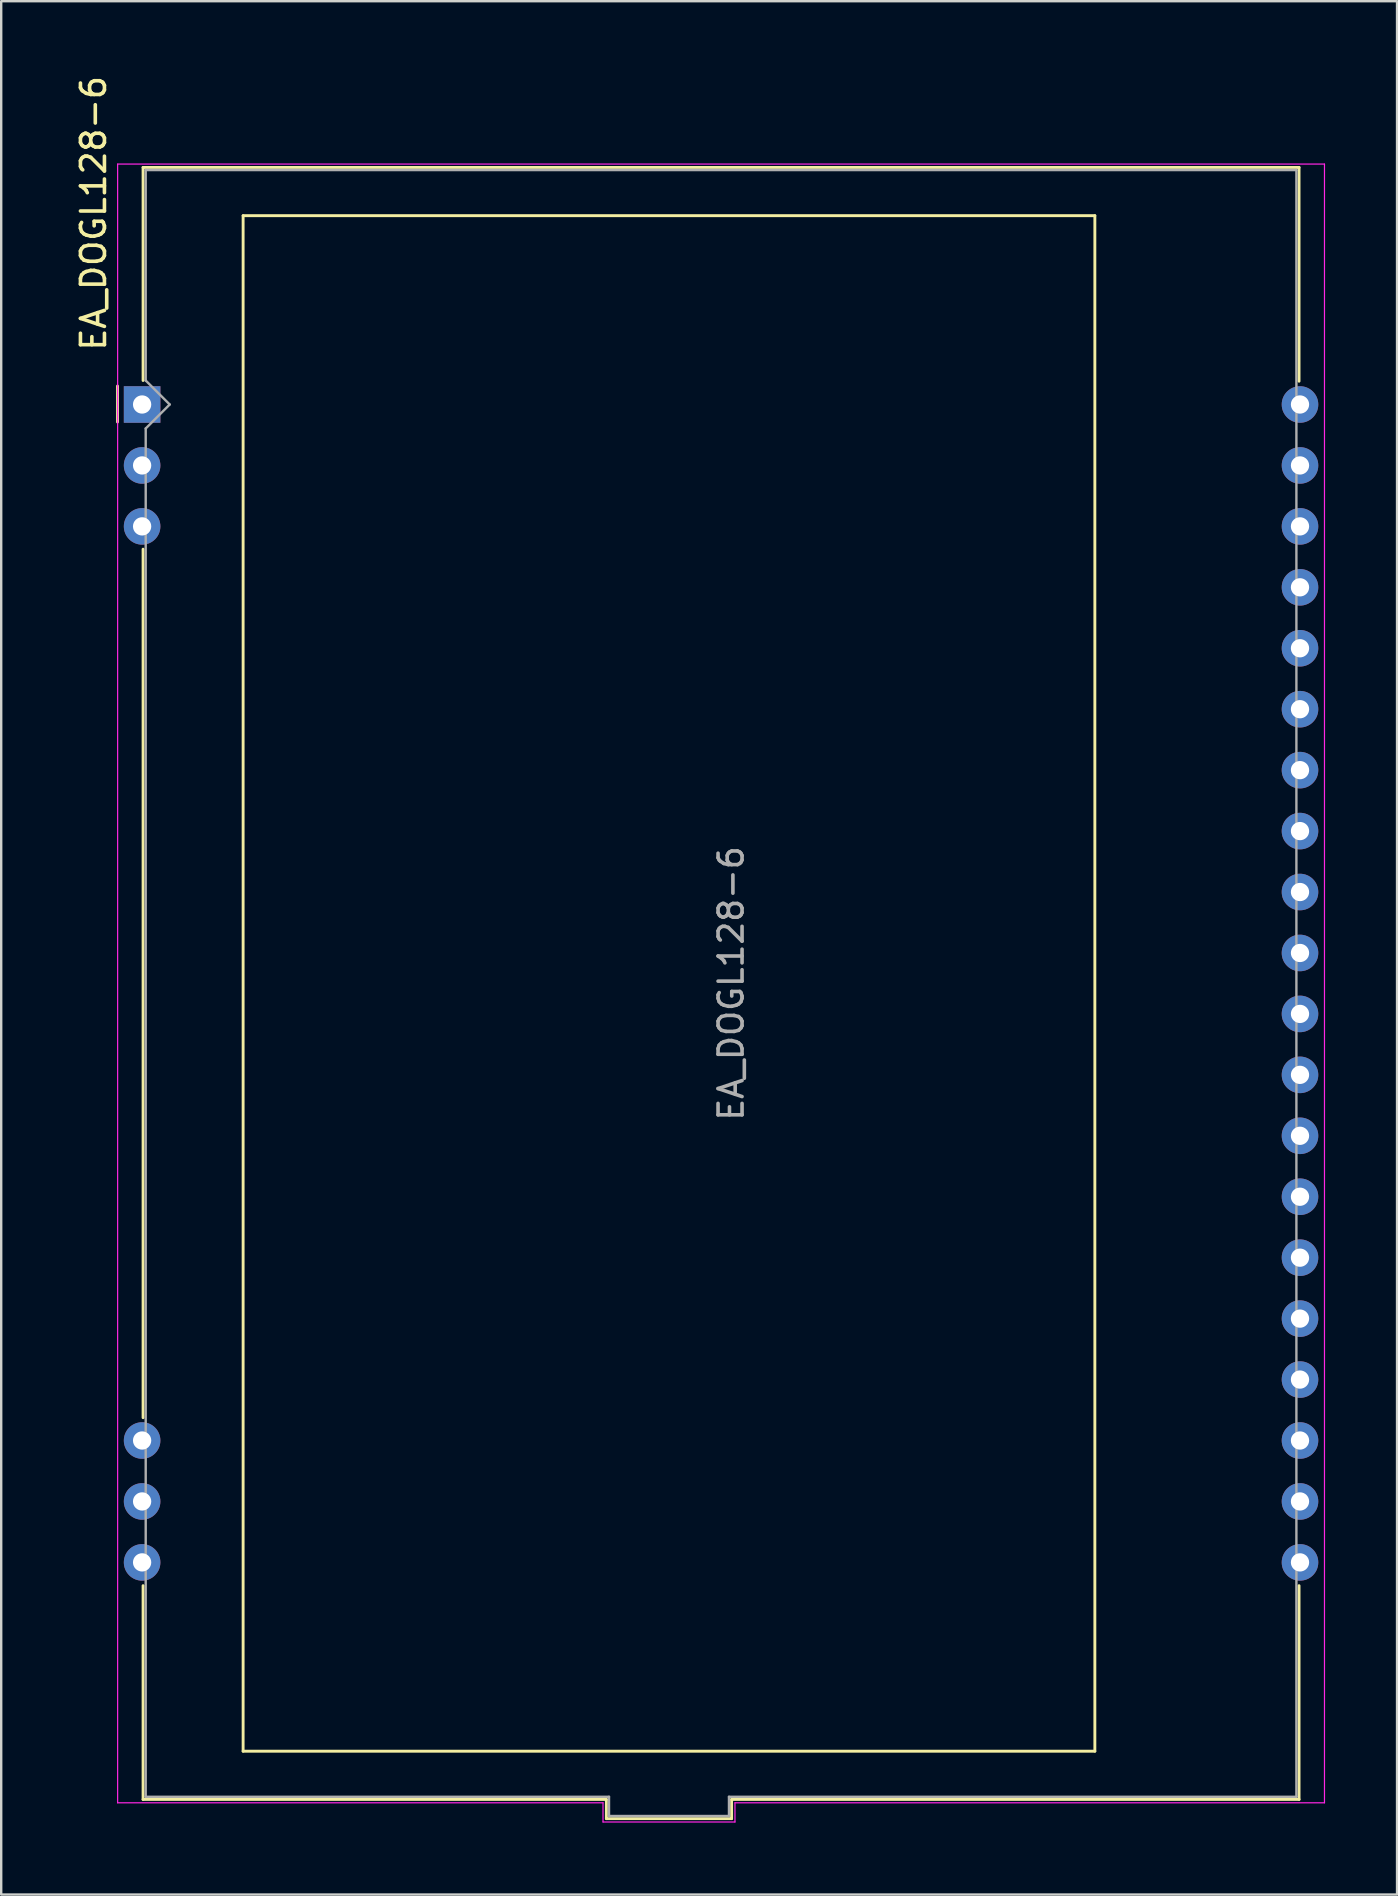
<source format=kicad_pcb>
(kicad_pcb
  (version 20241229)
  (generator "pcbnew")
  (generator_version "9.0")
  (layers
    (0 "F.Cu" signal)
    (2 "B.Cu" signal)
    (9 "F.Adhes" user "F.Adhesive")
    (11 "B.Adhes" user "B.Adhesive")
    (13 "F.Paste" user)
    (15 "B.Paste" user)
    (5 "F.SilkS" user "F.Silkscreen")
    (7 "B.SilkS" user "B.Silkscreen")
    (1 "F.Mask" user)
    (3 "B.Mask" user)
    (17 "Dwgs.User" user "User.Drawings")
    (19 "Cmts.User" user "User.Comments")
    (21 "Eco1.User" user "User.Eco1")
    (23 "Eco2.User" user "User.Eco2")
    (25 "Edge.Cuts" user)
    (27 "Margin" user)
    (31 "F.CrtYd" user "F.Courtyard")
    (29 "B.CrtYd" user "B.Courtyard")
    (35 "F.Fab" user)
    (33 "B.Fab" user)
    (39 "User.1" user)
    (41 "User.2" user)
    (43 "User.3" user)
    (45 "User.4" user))
  (footprint "EA_DOGL128-6"
    (layer "F.Cu")
    (at 2.873 13.809)
    (property "Reference" "EA_DOGL128-6" (at -2.025 -7.97 270) (layer "F.SilkS") (effects (font (size 1 1) (thickness 0.15))))
    (attr through_hole)
    (fp_line (start -1.025 -0.77) (end -1.025 0.73) (stroke (width 0.12) (type solid)) (layer "F.SilkS"))
    (fp_line (start 0.04 -9.88) (end 0.04 -1) (stroke (width 0.12) (type solid)) (layer "F.SilkS"))
    (fp_line (start 0.04 -9.88) (end 48.22 -9.88) (stroke (width 0.12) (type solid)) (layer "F.SilkS"))
    (fp_line (start 0.04 42.23) (end 0.04 6.03) (stroke (width 0.12) (type solid)) (layer "F.SilkS"))
    (fp_line (start 0.04 58.14) (end 0.04 49.23) (stroke (width 0.12) (type solid)) (layer "F.SilkS"))
    (fp_line (start 4.21 -7.87) (end 4.21 56.13) (stroke (width 0.12) (type solid)) (layer "F.SilkS"))
    (fp_line (start 4.21 56.13) (end 39.71 56.13) (stroke (width 0.12) (type solid)) (layer "F.SilkS"))
    (fp_line (start 19.35 58.14) (end 0.04 58.14) (stroke (width 0.12) (type solid)) (layer "F.SilkS"))
    (fp_line (start 19.35 58.94) (end 19.35 58.14) (stroke (width 0.12) (type solid)) (layer "F.SilkS"))
    (fp_line (start 24.57 58.14) (end 24.57 58.94) (stroke (width 0.12) (type solid)) (layer "F.SilkS"))
    (fp_line (start 24.57 58.94) (end 19.35 58.94) (stroke (width 0.12) (type solid)) (layer "F.SilkS"))
    (fp_line (start 39.71 -7.87) (end 4.21 -7.87) (stroke (width 0.12) (type solid)) (layer "F.SilkS"))
    (fp_line (start 39.71 56.13) (end 39.71 -7.87) (stroke (width 0.12) (type solid)) (layer "F.SilkS"))
    (fp_line (start 48.22 -9.88) (end 48.22 -0.97) (stroke (width 0.12) (type solid)) (layer "F.SilkS"))
    (fp_line (start 48.22 49.23) (end 48.22 58.14) (stroke (width 0.12) (type solid)) (layer "F.SilkS"))
    (fp_line (start 48.22 58.14) (end 24.57 58.14) (stroke (width 0.12) (type solid)) (layer "F.SilkS"))
    (fp_line (start -1.02 -10.02) (end -1.02 58.28) (stroke (width 0.05) (type solid)) (layer "F.CrtYd"))
    (fp_line (start -1.02 -10.02) (end 49.28 -10.02) (stroke (width 0.05) (type solid)) (layer "F.CrtYd"))
    (fp_line (start 19.21 58.28) (end -1.02 58.28) (stroke (width 0.05) (type solid)) (layer "F.CrtYd"))
    (fp_line (start 19.21 59.08) (end 19.21 58.28) (stroke (width 0.05) (type solid)) (layer "F.CrtYd"))
    (fp_line (start 24.71 58.28) (end 24.71 59.08) (stroke (width 0.05) (type solid)) (layer "F.CrtYd"))
    (fp_line (start 24.71 59.08) (end 19.21 59.08) (stroke (width 0.05) (type solid)) (layer "F.CrtYd"))
    (fp_line (start 49.28 -10.02) (end 49.28 58.28) (stroke (width 0.05) (type solid)) (layer "F.CrtYd"))
    (fp_line (start 49.28 58.28) (end 24.71 58.28) (stroke (width 0.05) (type solid)) (layer "F.CrtYd"))
    (fp_line (start 0.15 -9.77) (end 0.15 -1) (stroke (width 0.1) (type solid)) (layer "F.Fab"))
    (fp_line (start 0.15 -1) (end 1.15 0) (stroke (width 0.1) (type solid)) (layer "F.Fab"))
    (fp_line (start 0.15 58.03) (end 0.15 1) (stroke (width 0.1) (type solid)) (layer "F.Fab"))
    (fp_line (start 1.15 0) (end 0.15 1) (stroke (width 0.1) (type solid)) (layer "F.Fab"))
    (fp_line (start 19.46 58.03) (end 0.15 58.03) (stroke (width 0.1) (type solid)) (layer "F.Fab"))
    (fp_line (start 19.46 58.03) (end 19.46 58.83) (stroke (width 0.1) (type solid)) (layer "F.Fab"))
    (fp_line (start 19.46 58.83) (end 24.46 58.83) (stroke (width 0.1) (type solid)) (layer "F.Fab"))
    (fp_line (start 24.46 58.83) (end 24.46 58.03) (stroke (width 0.1) (type solid)) (layer "F.Fab"))
    (fp_line (start 48.11 -9.77) (end 0.15 -9.77) (stroke (width 0.1) (type solid)) (layer "F.Fab"))
    (fp_line (start 48.11 58.03) (end 24.46 58.03) (stroke (width 0.1) (type solid)) (layer "F.Fab"))
    (fp_line (start 48.11 58.03) (end 48.11 -9.77) (stroke (width 0.1) (type solid)) (layer "F.Fab"))
    (fp_text user "${REFERENCE}" (at 24.55 24.13 270) (layer "F.Fab") (effects (font (size 1 1) (thickness 0.15))))
    (pad "1" thru_hole rect (at 0 0 270) (size 1.524 1.524) (drill 0.762) (layers "*.Cu" "*.Mask"))
    (pad "2" thru_hole circle (at 0 2.54 270) (size 1.524 1.524) (drill 0.762) (layers "*.Cu" "*.Mask"))
    (pad "3" thru_hole circle (at 0 5.08 270) (size 1.524 1.524) (drill 0.762) (layers "*.Cu" "*.Mask"))
    (pad "18" thru_hole circle (at 0 43.18 270) (size 1.524 1.524) (drill 0.762) (layers "*.Cu" "*.Mask"))
    (pad "19" thru_hole circle (at 0 45.72 270) (size 1.524 1.524) (drill 0.762) (layers "*.Cu" "*.Mask"))
    (pad "20" thru_hole circle (at 0 48.26 270) (size 1.524 1.524) (drill 0.762) (layers "*.Cu" "*.Mask"))
    (pad "21" thru_hole circle (at 48.26 48.26 270) (size 1.524 1.524) (drill 0.762) (layers "*.Cu" "*.Mask"))
    (pad "22" thru_hole circle (at 48.26 45.72 270) (size 1.524 1.524) (drill 0.762) (layers "*.Cu" "*.Mask"))
    (pad "23" thru_hole circle (at 48.26 43.18 270) (size 1.524 1.524) (drill 0.762) (layers "*.Cu" "*.Mask"))
    (pad "24" thru_hole circle (at 48.26 40.64 270) (size 1.524 1.524) (drill 0.762) (layers "*.Cu" "*.Mask"))
    (pad "25" thru_hole circle (at 48.26 38.1 270) (size 1.524 1.524) (drill 0.762) (layers "*.Cu" "*.Mask"))
    (pad "26" thru_hole circle (at 48.26 35.56 270) (size 1.524 1.524) (drill 0.762) (layers "*.Cu" "*.Mask"))
    (pad "27" thru_hole circle (at 48.26 33.02 270) (size 1.524 1.524) (drill 0.762) (layers "*.Cu" "*.Mask"))
    (pad "28" thru_hole circle (at 48.26 30.48 270) (size 1.524 1.524) (drill 0.762) (layers "*.Cu" "*.Mask"))
    (pad "29" thru_hole circle (at 48.26 27.94 270) (size 1.524 1.524) (drill 0.762) (layers "*.Cu" "*.Mask"))
    (pad "30" thru_hole circle (at 48.26 25.4 270) (size 1.524 1.524) (drill 0.762) (layers "*.Cu" "*.Mask"))
    (pad "31" thru_hole circle (at 48.26 22.86 270) (size 1.524 1.524) (drill 0.762) (layers "*.Cu" "*.Mask"))
    (pad "32" thru_hole circle (at 48.26 20.32 270) (size 1.524 1.524) (drill 0.762) (layers "*.Cu" "*.Mask"))
    (pad "33" thru_hole circle (at 48.26 17.78 270) (size 1.524 1.524) (drill 0.762) (layers "*.Cu" "*.Mask"))
    (pad "34" thru_hole circle (at 48.26 15.24 270) (size 1.524 1.524) (drill 0.762) (layers "*.Cu" "*.Mask"))
    (pad "35" thru_hole circle (at 48.26 12.7 270) (size 1.524 1.524) (drill 0.762) (layers "*.Cu" "*.Mask"))
    (pad "36" thru_hole circle (at 48.26 10.16 270) (size 1.524 1.524) (drill 0.762) (layers "*.Cu" "*.Mask"))
    (pad "37" thru_hole circle (at 48.26 7.62 270) (size 1.524 1.524) (drill 0.762) (layers "*.Cu" "*.Mask"))
    (pad "38" thru_hole circle (at 48.26 5.08 270) (size 1.524 1.524) (drill 0.762) (layers "*.Cu" "*.Mask"))
    (pad "39" thru_hole circle (at 48.26 2.54 270) (size 1.524 1.524) (drill 0.762) (layers "*.Cu" "*.Mask"))
    (pad "40" thru_hole circle (at 48.26 0 270) (size 1.524 1.524) (drill 0.762) (layers "*.Cu" "*.Mask")))
  (gr_rect
    (start -3 -3)
    (end 55.178 75.914)
    (stroke (width 0.1) (type default))
    (fill no)
    (layer "Edge.Cuts")))
</source>
